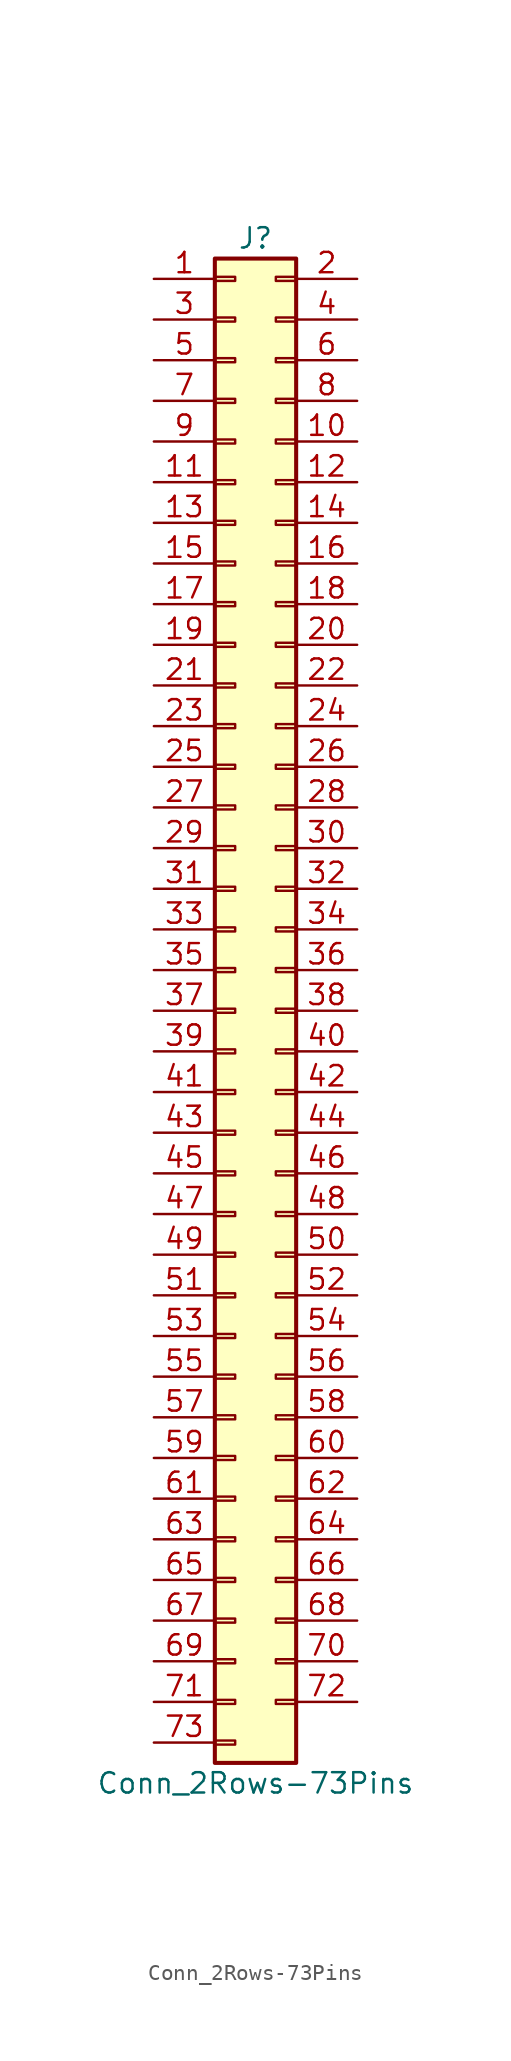
<source format=kicad_sym>
(kicad_symbol_lib
  (version 20220914)
  (generator kicad_symbol_editor)
  (symbol "Conn_2Rows-73Pins"
    (pin_names
      (offset 1.016) hide)
    (property "Reference" "J"
      (at 1.27 48.26 0)
      (effects (font (size 1.27 1.27))))
    (property "Value" "Conn_2Rows-73Pins"
      (at 1.27 -48.26 0)
      (effects (font (size 1.27 1.27))))
    (symbol "Conn_2Rows-73Pins_1_1"
      (rectangle (start -1.27 -45.593) (end 0 -45.847) (stroke (width 0.152) (type default)) (fill (type none)))
      (rectangle (start -1.27 -43.053) (end 0 -43.307) (stroke (width 0.152) (type default)) (fill (type none)))
      (rectangle (start -1.27 -40.513) (end 0 -40.767) (stroke (width 0.152) (type default)) (fill (type none)))
      (rectangle (start -1.27 -37.973) (end 0 -38.227) (stroke (width 0.152) (type default)) (fill (type none)))
      (rectangle (start -1.27 -35.433) (end 0 -35.687) (stroke (width 0.152) (type default)) (fill (type none)))
      (rectangle (start -1.27 -32.893) (end 0 -33.147) (stroke (width 0.152) (type default)) (fill (type none)))
      (rectangle (start -1.27 -30.353) (end 0 -30.607) (stroke (width 0.152) (type default)) (fill (type none)))
      (rectangle (start -1.27 -27.813) (end 0 -28.067) (stroke (width 0.152) (type default)) (fill (type none)))
      (rectangle (start -1.27 -25.273) (end 0 -25.527) (stroke (width 0.152) (type default)) (fill (type none)))
      (rectangle (start -1.27 -22.733) (end 0 -22.987) (stroke (width 0.152) (type default)) (fill (type none)))
      (rectangle (start -1.27 -20.193) (end 0 -20.447) (stroke (width 0.152) (type default)) (fill (type none)))
      (rectangle (start -1.27 -17.653) (end 0 -17.907) (stroke (width 0.152) (type default)) (fill (type none)))
      (rectangle (start -1.27 -15.113) (end 0 -15.367) (stroke (width 0.152) (type default)) (fill (type none)))
      (rectangle (start -1.27 -12.573) (end 0 -12.827) (stroke (width 0.152) (type default)) (fill (type none)))
      (rectangle (start -1.27 -10.033) (end 0 -10.287) (stroke (width 0.152) (type default)) (fill (type none)))
      (rectangle (start -1.27 -7.493) (end 0 -7.747) (stroke (width 0.152) (type default)) (fill (type none)))
      (rectangle (start -1.27 -4.953) (end 0 -5.207) (stroke (width 0.152) (type default)) (fill (type none)))
      (rectangle (start -1.27 -2.413) (end 0 -2.667) (stroke (width 0.152) (type default)) (fill (type none)))
      (rectangle (start -1.27 0.127) (end 0 -0.127) (stroke (width 0.152) (type default)) (fill (type none)))
      (rectangle (start -1.27 2.667) (end 0 2.413) (stroke (width 0.152) (type default)) (fill (type none)))
      (rectangle (start -1.27 5.207) (end 0 4.953) (stroke (width 0.152) (type default)) (fill (type none)))
      (rectangle (start -1.27 7.747) (end 0 7.493) (stroke (width 0.152) (type default)) (fill (type none)))
      (rectangle (start -1.27 10.287) (end 0 10.033) (stroke (width 0.152) (type default)) (fill (type none)))
      (rectangle (start -1.27 12.827) (end 0 12.573) (stroke (width 0.152) (type default)) (fill (type none)))
      (rectangle (start -1.27 15.367) (end 0 15.113) (stroke (width 0.152) (type default)) (fill (type none)))
      (rectangle (start -1.27 17.907) (end 0 17.653) (stroke (width 0.152) (type default)) (fill (type none)))
      (rectangle (start -1.27 20.447) (end 0 20.193) (stroke (width 0.152) (type default)) (fill (type none)))
      (rectangle (start -1.27 22.987) (end 0 22.733) (stroke (width 0.152) (type default)) (fill (type none)))
      (rectangle (start -1.27 25.527) (end 0 25.273) (stroke (width 0.152) (type default)) (fill (type none)))
      (rectangle (start -1.27 28.067) (end 0 27.813) (stroke (width 0.152) (type default)) (fill (type none)))
      (rectangle (start -1.27 30.607) (end 0 30.353) (stroke (width 0.152) (type default)) (fill (type none)))
      (rectangle (start -1.27 33.147) (end 0 32.893) (stroke (width 0.152) (type default)) (fill (type none)))
      (rectangle (start -1.27 35.687) (end 0 35.433) (stroke (width 0.152) (type default)) (fill (type none)))
      (rectangle (start -1.27 38.227) (end 0 37.973) (stroke (width 0.152) (type default)) (fill (type none)))
      (rectangle (start -1.27 40.767) (end 0 40.513) (stroke (width 0.152) (type default)) (fill (type none)))
      (rectangle (start -1.27 43.307) (end 0 43.053) (stroke (width 0.152) (type default)) (fill (type none)))
      (rectangle (start -1.27 45.847) (end 0 45.593) (stroke (width 0.152) (type default)) (fill (type none)))
      (rectangle (start -1.27 46.99) (end 3.81 -46.99) (stroke (width 0.254) (type default)) (fill (type background)))
      (rectangle (start 3.81 -43.053) (end 2.54 -43.307) (stroke (width 0.152) (type default)) (fill (type none)))
      (rectangle (start 3.81 -40.513) (end 2.54 -40.767) (stroke (width 0.152) (type default)) (fill (type none)))
      (rectangle (start 3.81 -37.973) (end 2.54 -38.227) (stroke (width 0.152) (type default)) (fill (type none)))
      (rectangle (start 3.81 -35.433) (end 2.54 -35.687) (stroke (width 0.152) (type default)) (fill (type none)))
      (rectangle (start 3.81 -32.893) (end 2.54 -33.147) (stroke (width 0.152) (type default)) (fill (type none)))
      (rectangle (start 3.81 -30.353) (end 2.54 -30.607) (stroke (width 0.152) (type default)) (fill (type none)))
      (rectangle (start 3.81 -27.813) (end 2.54 -28.067) (stroke (width 0.152) (type default)) (fill (type none)))
      (rectangle (start 3.81 -25.273) (end 2.54 -25.527) (stroke (width 0.152) (type default)) (fill (type none)))
      (rectangle (start 3.81 -22.733) (end 2.54 -22.987) (stroke (width 0.152) (type default)) (fill (type none)))
      (rectangle (start 3.81 -20.193) (end 2.54 -20.447) (stroke (width 0.152) (type default)) (fill (type none)))
      (rectangle (start 3.81 -17.653) (end 2.54 -17.907) (stroke (width 0.152) (type default)) (fill (type none)))
      (rectangle (start 3.81 -15.113) (end 2.54 -15.367) (stroke (width 0.152) (type default)) (fill (type none)))
      (rectangle (start 3.81 -12.573) (end 2.54 -12.827) (stroke (width 0.152) (type default)) (fill (type none)))
      (rectangle (start 3.81 -10.033) (end 2.54 -10.287) (stroke (width 0.152) (type default)) (fill (type none)))
      (rectangle (start 3.81 -7.493) (end 2.54 -7.747) (stroke (width 0.152) (type default)) (fill (type none)))
      (rectangle (start 3.81 -4.953) (end 2.54 -5.207) (stroke (width 0.152) (type default)) (fill (type none)))
      (rectangle (start 3.81 -2.413) (end 2.54 -2.667) (stroke (width 0.152) (type default)) (fill (type none)))
      (rectangle (start 3.81 0.127) (end 2.54 -0.127) (stroke (width 0.152) (type default)) (fill (type none)))
      (rectangle (start 3.81 2.667) (end 2.54 2.413) (stroke (width 0.152) (type default)) (fill (type none)))
      (rectangle (start 3.81 5.207) (end 2.54 4.953) (stroke (width 0.152) (type default)) (fill (type none)))
      (rectangle (start 3.81 7.747) (end 2.54 7.493) (stroke (width 0.152) (type default)) (fill (type none)))
      (rectangle (start 3.81 10.287) (end 2.54 10.033) (stroke (width 0.152) (type default)) (fill (type none)))
      (rectangle (start 3.81 12.827) (end 2.54 12.573) (stroke (width 0.152) (type default)) (fill (type none)))
      (rectangle (start 3.81 15.367) (end 2.54 15.113) (stroke (width 0.152) (type default)) (fill (type none)))
      (rectangle (start 3.81 17.907) (end 2.54 17.653) (stroke (width 0.152) (type default)) (fill (type none)))
      (rectangle (start 3.81 20.447) (end 2.54 20.193) (stroke (width 0.152) (type default)) (fill (type none)))
      (rectangle (start 3.81 22.987) (end 2.54 22.733) (stroke (width 0.152) (type default)) (fill (type none)))
      (rectangle (start 3.81 25.527) (end 2.54 25.273) (stroke (width 0.152) (type default)) (fill (type none)))
      (rectangle (start 3.81 28.067) (end 2.54 27.813) (stroke (width 0.152) (type default)) (fill (type none)))
      (rectangle (start 3.81 30.607) (end 2.54 30.353) (stroke (width 0.152) (type default)) (fill (type none)))
      (rectangle (start 3.81 33.147) (end 2.54 32.893) (stroke (width 0.152) (type default)) (fill (type none)))
      (rectangle (start 3.81 35.687) (end 2.54 35.433) (stroke (width 0.152) (type default)) (fill (type none)))
      (rectangle (start 3.81 38.227) (end 2.54 37.973) (stroke (width 0.152) (type default)) (fill (type none)))
      (rectangle (start 3.81 40.767) (end 2.54 40.513) (stroke (width 0.152) (type default)) (fill (type none)))
      (rectangle (start 3.81 43.307) (end 2.54 43.053) (stroke (width 0.152) (type default)) (fill (type none)))
      (rectangle (start 3.81 45.847) (end 2.54 45.593) (stroke (width 0.152) (type default)) (fill (type none)))
      (pin passive line (at -5.08 45.72 0) (length 3.81) (name "Pin_1" (effects (font (size 1.27 1.27)))) (number "1" (effects (font (size 1.27 1.27)))))
      (pin passive line (at 7.62 35.56 180) (length 3.81) (name "Pin_10" (effects (font (size 1.27 1.27)))) (number "10" (effects (font (size 1.27 1.27)))))
      (pin passive line (at -5.08 33.02 0) (length 3.81) (name "Pin_11" (effects (font (size 1.27 1.27)))) (number "11" (effects (font (size 1.27 1.27)))))
      (pin passive line (at 7.62 33.02 180) (length 3.81) (name "Pin_12" (effects (font (size 1.27 1.27)))) (number "12" (effects (font (size 1.27 1.27)))))
      (pin passive line (at -5.08 30.48 0) (length 3.81) (name "Pin_13" (effects (font (size 1.27 1.27)))) (number "13" (effects (font (size 1.27 1.27)))))
      (pin passive line (at 7.62 30.48 180) (length 3.81) (name "Pin_14" (effects (font (size 1.27 1.27)))) (number "14" (effects (font (size 1.27 1.27)))))
      (pin passive line (at -5.08 27.94 0) (length 3.81) (name "Pin_15" (effects (font (size 1.27 1.27)))) (number "15" (effects (font (size 1.27 1.27)))))
      (pin passive line (at 7.62 27.94 180) (length 3.81) (name "Pin_16" (effects (font (size 1.27 1.27)))) (number "16" (effects (font (size 1.27 1.27)))))
      (pin passive line (at -5.08 25.4 0) (length 3.81) (name "Pin_17" (effects (font (size 1.27 1.27)))) (number "17" (effects (font (size 1.27 1.27)))))
      (pin passive line (at 7.62 25.4 180) (length 3.81) (name "Pin_18" (effects (font (size 1.27 1.27)))) (number "18" (effects (font (size 1.27 1.27)))))
      (pin passive line (at -5.08 22.86 0) (length 3.81) (name "Pin_19" (effects (font (size 1.27 1.27)))) (number "19" (effects (font (size 1.27 1.27)))))
      (pin passive line (at 7.62 45.72 180) (length 3.81) (name "Pin_2" (effects (font (size 1.27 1.27)))) (number "2" (effects (font (size 1.27 1.27)))))
      (pin passive line (at 7.62 22.86 180) (length 3.81) (name "Pin_20" (effects (font (size 1.27 1.27)))) (number "20" (effects (font (size 1.27 1.27)))))
      (pin passive line (at -5.08 20.32 0) (length 3.81) (name "Pin_21" (effects (font (size 1.27 1.27)))) (number "21" (effects (font (size 1.27 1.27)))))
      (pin passive line (at 7.62 20.32 180) (length 3.81) (name "Pin_22" (effects (font (size 1.27 1.27)))) (number "22" (effects (font (size 1.27 1.27)))))
      (pin passive line (at -5.08 17.78 0) (length 3.81) (name "Pin_23" (effects (font (size 1.27 1.27)))) (number "23" (effects (font (size 1.27 1.27)))))
      (pin passive line (at 7.62 17.78 180) (length 3.81) (name "Pin_24" (effects (font (size 1.27 1.27)))) (number "24" (effects (font (size 1.27 1.27)))))
      (pin passive line (at -5.08 15.24 0) (length 3.81) (name "Pin_25" (effects (font (size 1.27 1.27)))) (number "25" (effects (font (size 1.27 1.27)))))
      (pin passive line (at 7.62 15.24 180) (length 3.81) (name "Pin_26" (effects (font (size 1.27 1.27)))) (number "26" (effects (font (size 1.27 1.27)))))
      (pin passive line (at -5.08 12.7 0) (length 3.81) (name "Pin_27" (effects (font (size 1.27 1.27)))) (number "27" (effects (font (size 1.27 1.27)))))
      (pin passive line (at 7.62 12.7 180) (length 3.81) (name "Pin_28" (effects (font (size 1.27 1.27)))) (number "28" (effects (font (size 1.27 1.27)))))
      (pin passive line (at -5.08 10.16 0) (length 3.81) (name "Pin_29" (effects (font (size 1.27 1.27)))) (number "29" (effects (font (size 1.27 1.27)))))
      (pin passive line (at -5.08 43.18 0) (length 3.81) (name "Pin_3" (effects (font (size 1.27 1.27)))) (number "3" (effects (font (size 1.27 1.27)))))
      (pin passive line (at 7.62 10.16 180) (length 3.81) (name "Pin_30" (effects (font (size 1.27 1.27)))) (number "30" (effects (font (size 1.27 1.27)))))
      (pin passive line (at -5.08 7.62 0) (length 3.81) (name "Pin_31" (effects (font (size 1.27 1.27)))) (number "31" (effects (font (size 1.27 1.27)))))
      (pin passive line (at 7.62 7.62 180) (length 3.81) (name "Pin_32" (effects (font (size 1.27 1.27)))) (number "32" (effects (font (size 1.27 1.27)))))
      (pin passive line (at -5.08 5.08 0) (length 3.81) (name "Pin_33" (effects (font (size 1.27 1.27)))) (number "33" (effects (font (size 1.27 1.27)))))
      (pin passive line (at 7.62 5.08 180) (length 3.81) (name "Pin_34" (effects (font (size 1.27 1.27)))) (number "34" (effects (font (size 1.27 1.27)))))
      (pin passive line (at -5.08 2.54 0) (length 3.81) (name "Pin_35" (effects (font (size 1.27 1.27)))) (number "35" (effects (font (size 1.27 1.27)))))
      (pin passive line (at 7.62 2.54 180) (length 3.81) (name "Pin_36" (effects (font (size 1.27 1.27)))) (number "36" (effects (font (size 1.27 1.27)))))
      (pin passive line (at -5.08 0 0) (length 3.81) (name "Pin_37" (effects (font (size 1.27 1.27)))) (number "37" (effects (font (size 1.27 1.27)))))
      (pin passive line (at 7.62 0 180) (length 3.81) (name "Pin_38" (effects (font (size 1.27 1.27)))) (number "38" (effects (font (size 1.27 1.27)))))
      (pin passive line (at -5.08 -2.54 0) (length 3.81) (name "Pin_39" (effects (font (size 1.27 1.27)))) (number "39" (effects (font (size 1.27 1.27)))))
      (pin passive line (at 7.62 43.18 180) (length 3.81) (name "Pin_4" (effects (font (size 1.27 1.27)))) (number "4" (effects (font (size 1.27 1.27)))))
      (pin passive line (at 7.62 -2.54 180) (length 3.81) (name "Pin_40" (effects (font (size 1.27 1.27)))) (number "40" (effects (font (size 1.27 1.27)))))
      (pin passive line (at -5.08 -5.08 0) (length 3.81) (name "Pin_41" (effects (font (size 1.27 1.27)))) (number "41" (effects (font (size 1.27 1.27)))))
      (pin passive line (at 7.62 -5.08 180) (length 3.81) (name "Pin_42" (effects (font (size 1.27 1.27)))) (number "42" (effects (font (size 1.27 1.27)))))
      (pin passive line (at -5.08 -7.62 0) (length 3.81) (name "Pin_43" (effects (font (size 1.27 1.27)))) (number "43" (effects (font (size 1.27 1.27)))))
      (pin passive line (at 7.62 -7.62 180) (length 3.81) (name "Pin_44" (effects (font (size 1.27 1.27)))) (number "44" (effects (font (size 1.27 1.27)))))
      (pin passive line (at -5.08 -10.16 0) (length 3.81) (name "Pin_45" (effects (font (size 1.27 1.27)))) (number "45" (effects (font (size 1.27 1.27)))))
      (pin passive line (at 7.62 -10.16 180) (length 3.81) (name "Pin_46" (effects (font (size 1.27 1.27)))) (number "46" (effects (font (size 1.27 1.27)))))
      (pin passive line (at -5.08 -12.7 0) (length 3.81) (name "Pin_47" (effects (font (size 1.27 1.27)))) (number "47" (effects (font (size 1.27 1.27)))))
      (pin passive line (at 7.62 -12.7 180) (length 3.81) (name "Pin_48" (effects (font (size 1.27 1.27)))) (number "48" (effects (font (size 1.27 1.27)))))
      (pin passive line (at -5.08 -15.24 0) (length 3.81) (name "Pin_49" (effects (font (size 1.27 1.27)))) (number "49" (effects (font (size 1.27 1.27)))))
      (pin passive line (at -5.08 40.64 0) (length 3.81) (name "Pin_5" (effects (font (size 1.27 1.27)))) (number "5" (effects (font (size 1.27 1.27)))))
      (pin passive line (at 7.62 -15.24 180) (length 3.81) (name "Pin_50" (effects (font (size 1.27 1.27)))) (number "50" (effects (font (size 1.27 1.27)))))
      (pin passive line (at -5.08 -17.78 0) (length 3.81) (name "Pin_51" (effects (font (size 1.27 1.27)))) (number "51" (effects (font (size 1.27 1.27)))))
      (pin passive line (at 7.62 -17.78 180) (length 3.81) (name "Pin_52" (effects (font (size 1.27 1.27)))) (number "52" (effects (font (size 1.27 1.27)))))
      (pin passive line (at -5.08 -20.32 0) (length 3.81) (name "Pin_53" (effects (font (size 1.27 1.27)))) (number "53" (effects (font (size 1.27 1.27)))))
      (pin passive line (at 7.62 -20.32 180) (length 3.81) (name "Pin_54" (effects (font (size 1.27 1.27)))) (number "54" (effects (font (size 1.27 1.27)))))
      (pin passive line (at -5.08 -22.86 0) (length 3.81) (name "Pin_55" (effects (font (size 1.27 1.27)))) (number "55" (effects (font (size 1.27 1.27)))))
      (pin passive line (at 7.62 -22.86 180) (length 3.81) (name "Pin_56" (effects (font (size 1.27 1.27)))) (number "56" (effects (font (size 1.27 1.27)))))
      (pin passive line (at -5.08 -25.4 0) (length 3.81) (name "Pin_57" (effects (font (size 1.27 1.27)))) (number "57" (effects (font (size 1.27 1.27)))))
      (pin passive line (at 7.62 -25.4 180) (length 3.81) (name "Pin_58" (effects (font (size 1.27 1.27)))) (number "58" (effects (font (size 1.27 1.27)))))
      (pin passive line (at -5.08 -27.94 0) (length 3.81) (name "Pin_59" (effects (font (size 1.27 1.27)))) (number "59" (effects (font (size 1.27 1.27)))))
      (pin passive line (at 7.62 40.64 180) (length 3.81) (name "Pin_6" (effects (font (size 1.27 1.27)))) (number "6" (effects (font (size 1.27 1.27)))))
      (pin passive line (at 7.62 -27.94 180) (length 3.81) (name "Pin_60" (effects (font (size 1.27 1.27)))) (number "60" (effects (font (size 1.27 1.27)))))
      (pin passive line (at -5.08 -30.48 0) (length 3.81) (name "Pin_61" (effects (font (size 1.27 1.27)))) (number "61" (effects (font (size 1.27 1.27)))))
      (pin passive line (at 7.62 -30.48 180) (length 3.81) (name "Pin_62" (effects (font (size 1.27 1.27)))) (number "62" (effects (font (size 1.27 1.27)))))
      (pin passive line (at -5.08 -33.02 0) (length 3.81) (name "Pin_63" (effects (font (size 1.27 1.27)))) (number "63" (effects (font (size 1.27 1.27)))))
      (pin passive line (at 7.62 -33.02 180) (length 3.81) (name "Pin_64" (effects (font (size 1.27 1.27)))) (number "64" (effects (font (size 1.27 1.27)))))
      (pin passive line (at -5.08 -35.56 0) (length 3.81) (name "Pin_65" (effects (font (size 1.27 1.27)))) (number "65" (effects (font (size 1.27 1.27)))))
      (pin passive line (at 7.62 -35.56 180) (length 3.81) (name "Pin_66" (effects (font (size 1.27 1.27)))) (number "66" (effects (font (size 1.27 1.27)))))
      (pin passive line (at -5.08 -38.1 0) (length 3.81) (name "Pin_67" (effects (font (size 1.27 1.27)))) (number "67" (effects (font (size 1.27 1.27)))))
      (pin passive line (at 7.62 -38.1 180) (length 3.81) (name "Pin_68" (effects (font (size 1.27 1.27)))) (number "68" (effects (font (size 1.27 1.27)))))
      (pin passive line (at -5.08 -40.64 0) (length 3.81) (name "Pin_69" (effects (font (size 1.27 1.27)))) (number "69" (effects (font (size 1.27 1.27)))))
      (pin passive line (at -5.08 38.1 0) (length 3.81) (name "Pin_7" (effects (font (size 1.27 1.27)))) (number "7" (effects (font (size 1.27 1.27)))))
      (pin passive line (at 7.62 -40.64 180) (length 3.81) (name "Pin_70" (effects (font (size 1.27 1.27)))) (number "70" (effects (font (size 1.27 1.27)))))
      (pin passive line (at -5.08 -43.18 0) (length 3.81) (name "Pin_71" (effects (font (size 1.27 1.27)))) (number "71" (effects (font (size 1.27 1.27)))))
      (pin passive line (at 7.62 -43.18 180) (length 3.81) (name "Pin_72" (effects (font (size 1.27 1.27)))) (number "72" (effects (font (size 1.27 1.27)))))
      (pin passive line (at -5.08 -45.72 0) (length 3.81) (name "Pin_73" (effects (font (size 1.27 1.27)))) (number "73" (effects (font (size 1.27 1.27)))))
      (pin passive line (at 7.62 38.1 180) (length 3.81) (name "Pin_8" (effects (font (size 1.27 1.27)))) (number "8" (effects (font (size 1.27 1.27)))))
      (pin passive line (at -5.08 35.56 0) (length 3.81) (name "Pin_9" (effects (font (size 1.27 1.27)))) (number "9" (effects (font (size 1.27 1.27))))))))
</source>
